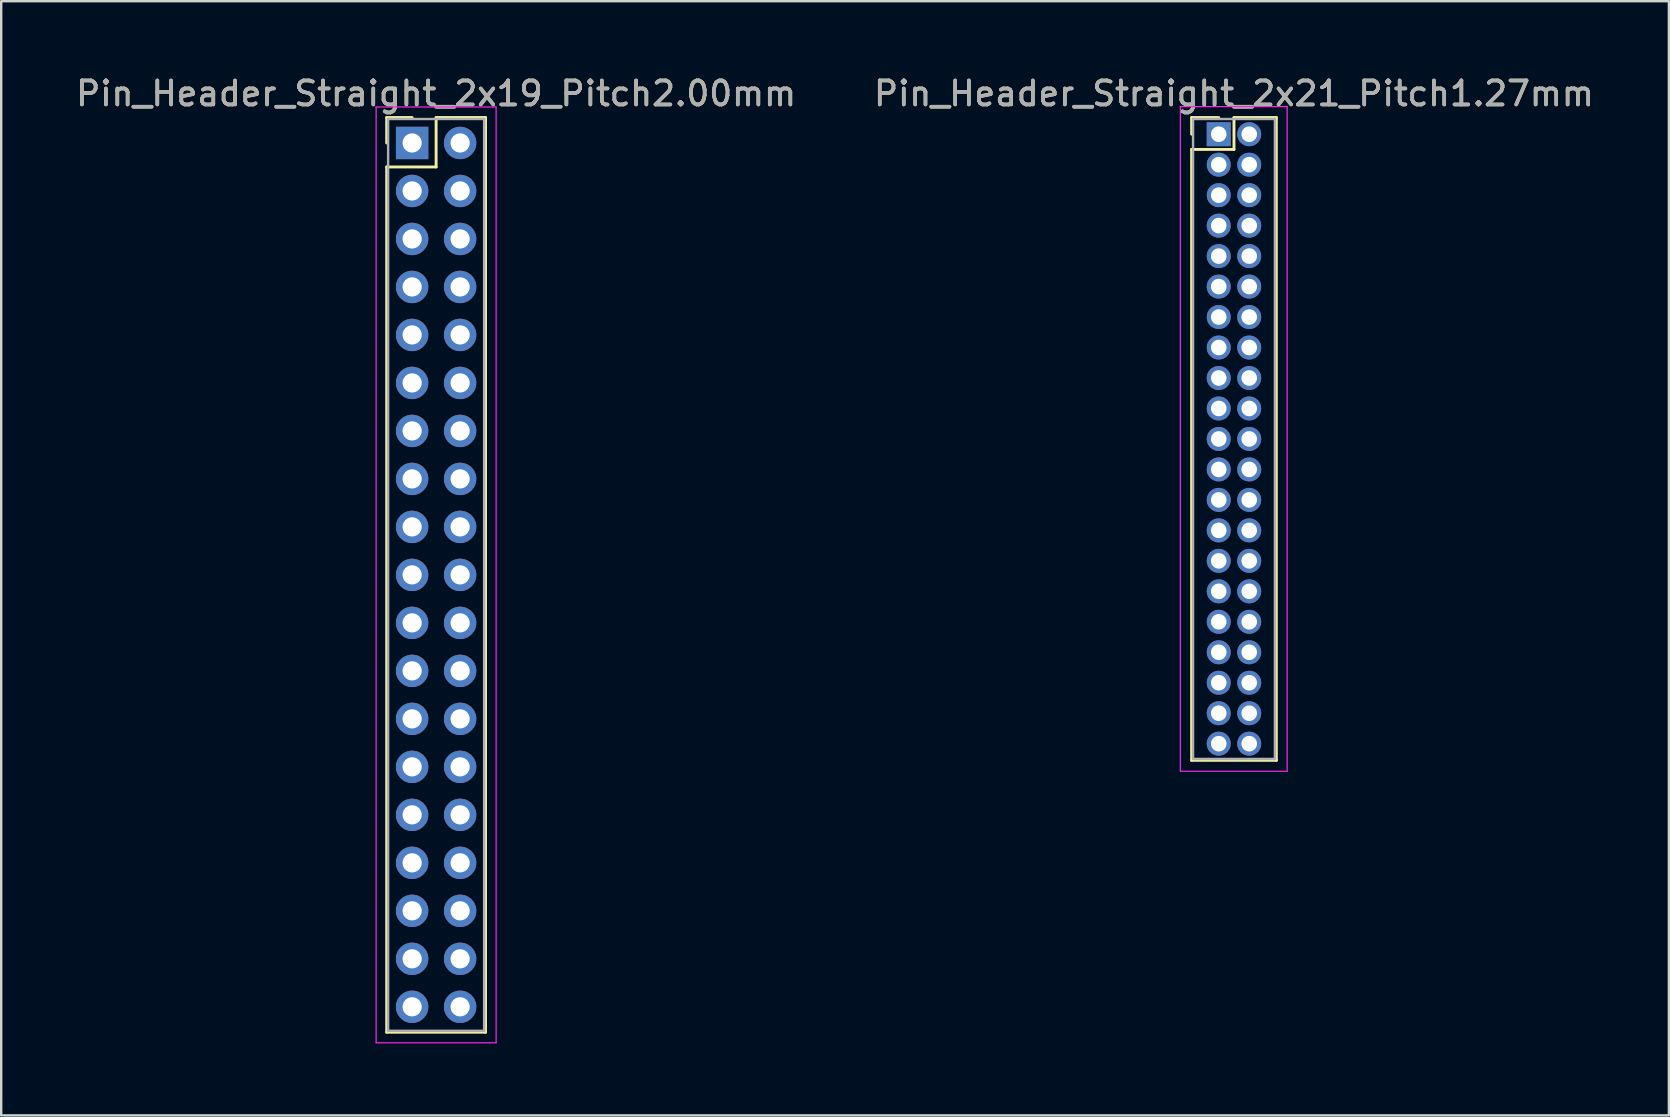
<source format=kicad_pcb>
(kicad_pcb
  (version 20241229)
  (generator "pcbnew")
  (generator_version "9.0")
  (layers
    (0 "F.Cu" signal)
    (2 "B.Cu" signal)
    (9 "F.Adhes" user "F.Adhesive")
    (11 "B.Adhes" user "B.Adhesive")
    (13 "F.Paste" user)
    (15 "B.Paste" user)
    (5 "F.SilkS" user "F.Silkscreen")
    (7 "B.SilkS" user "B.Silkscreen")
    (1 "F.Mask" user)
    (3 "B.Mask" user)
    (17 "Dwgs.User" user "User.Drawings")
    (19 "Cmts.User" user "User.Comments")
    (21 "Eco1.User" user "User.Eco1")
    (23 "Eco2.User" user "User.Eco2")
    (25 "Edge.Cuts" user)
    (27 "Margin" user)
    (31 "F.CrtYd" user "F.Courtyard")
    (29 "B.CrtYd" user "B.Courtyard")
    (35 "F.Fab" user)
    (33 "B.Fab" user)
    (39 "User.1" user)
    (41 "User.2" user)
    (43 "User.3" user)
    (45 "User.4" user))
  (footprint "Pin_Header_Straight_2x19_Pitch2.00mm"
    (layer "F.Cu")
    (at 14.125 2.908)
    (property "Reference" "Pin_Header_Straight_2x19_Pitch2.00mm" (at 1 -2.06 0) (layer "F.SilkS") (effects (font (size 1 1) (thickness 0.15))))
    (attr through_hole)
    (fp_line (start -1.06 -1.06) (end 0 -1.06) (stroke (width 0.12) (type solid)) (layer "F.SilkS"))
    (fp_line (start -1.06 0) (end -1.06 -1.06) (stroke (width 0.12) (type solid)) (layer "F.SilkS"))
    (fp_line (start -1.06 1) (end -1.06 37.06) (stroke (width 0.12) (type solid)) (layer "F.SilkS"))
    (fp_line (start -1.06 37.06) (end 3.06 37.06) (stroke (width 0.12) (type solid)) (layer "F.SilkS"))
    (fp_line (start 1 -1.06) (end 1 1) (stroke (width 0.12) (type solid)) (layer "F.SilkS"))
    (fp_line (start 1 1) (end -1.06 1) (stroke (width 0.12) (type solid)) (layer "F.SilkS"))
    (fp_line (start 3.06 -1.06) (end 1 -1.06) (stroke (width 0.12) (type solid)) (layer "F.SilkS"))
    (fp_line (start 3.06 37.06) (end 3.06 -1.06) (stroke (width 0.12) (type solid)) (layer "F.SilkS"))
    (fp_line (start -1.5 -1.5) (end -1.5 37.5) (stroke (width 0.05) (type solid)) (layer "F.CrtYd"))
    (fp_line (start -1.5 37.5) (end 3.5 37.5) (stroke (width 0.05) (type solid)) (layer "F.CrtYd"))
    (fp_line (start 3.5 -1.5) (end -1.5 -1.5) (stroke (width 0.05) (type solid)) (layer "F.CrtYd"))
    (fp_line (start 3.5 37.5) (end 3.5 -1.5) (stroke (width 0.05) (type solid)) (layer "F.CrtYd"))
    (fp_line (start -1 -1) (end -1 37) (stroke (width 0.1) (type solid)) (layer "F.Fab"))
    (fp_line (start -1 37) (end 3 37) (stroke (width 0.1) (type solid)) (layer "F.Fab"))
    (fp_line (start 3 -1) (end -1 -1) (stroke (width 0.1) (type solid)) (layer "F.Fab"))
    (fp_line (start 3 37) (end 3 -1) (stroke (width 0.1) (type solid)) (layer "F.Fab"))
    (fp_text user "${REFERENCE}" (at 1 -2.06 0) (layer "F.Fab") (effects (font (size 1 1) (thickness 0.15))))
    (pad "1" thru_hole rect (at 0 0) (size 1.35 1.35) (drill 0.8) (layers "*.Cu" "*.Mask"))
    (pad "2" thru_hole oval (at 2 0) (size 1.35 1.35) (drill 0.8) (layers "*.Cu" "*.Mask"))
    (pad "3" thru_hole oval (at 0 2) (size 1.35 1.35) (drill 0.8) (layers "*.Cu" "*.Mask"))
    (pad "4" thru_hole oval (at 2 2) (size 1.35 1.35) (drill 0.8) (layers "*.Cu" "*.Mask"))
    (pad "5" thru_hole oval (at 0 4) (size 1.35 1.35) (drill 0.8) (layers "*.Cu" "*.Mask"))
    (pad "6" thru_hole oval (at 2 4) (size 1.35 1.35) (drill 0.8) (layers "*.Cu" "*.Mask"))
    (pad "7" thru_hole oval (at 0 6) (size 1.35 1.35) (drill 0.8) (layers "*.Cu" "*.Mask"))
    (pad "8" thru_hole oval (at 2 6) (size 1.35 1.35) (drill 0.8) (layers "*.Cu" "*.Mask"))
    (pad "9" thru_hole oval (at 0 8) (size 1.35 1.35) (drill 0.8) (layers "*.Cu" "*.Mask"))
    (pad "10" thru_hole oval (at 2 8) (size 1.35 1.35) (drill 0.8) (layers "*.Cu" "*.Mask"))
    (pad "11" thru_hole oval (at 0 10) (size 1.35 1.35) (drill 0.8) (layers "*.Cu" "*.Mask"))
    (pad "12" thru_hole oval (at 2 10) (size 1.35 1.35) (drill 0.8) (layers "*.Cu" "*.Mask"))
    (pad "13" thru_hole oval (at 0 12) (size 1.35 1.35) (drill 0.8) (layers "*.Cu" "*.Mask"))
    (pad "14" thru_hole oval (at 2 12) (size 1.35 1.35) (drill 0.8) (layers "*.Cu" "*.Mask"))
    (pad "15" thru_hole oval (at 0 14) (size 1.35 1.35) (drill 0.8) (layers "*.Cu" "*.Mask"))
    (pad "16" thru_hole oval (at 2 14) (size 1.35 1.35) (drill 0.8) (layers "*.Cu" "*.Mask"))
    (pad "17" thru_hole oval (at 0 16) (size 1.35 1.35) (drill 0.8) (layers "*.Cu" "*.Mask"))
    (pad "18" thru_hole oval (at 2 16) (size 1.35 1.35) (drill 0.8) (layers "*.Cu" "*.Mask"))
    (pad "19" thru_hole oval (at 0 18) (size 1.35 1.35) (drill 0.8) (layers "*.Cu" "*.Mask"))
    (pad "20" thru_hole oval (at 2 18) (size 1.35 1.35) (drill 0.8) (layers "*.Cu" "*.Mask"))
    (pad "21" thru_hole oval (at 0 20) (size 1.35 1.35) (drill 0.8) (layers "*.Cu" "*.Mask"))
    (pad "22" thru_hole oval (at 2 20) (size 1.35 1.35) (drill 0.8) (layers "*.Cu" "*.Mask"))
    (pad "23" thru_hole oval (at 0 22) (size 1.35 1.35) (drill 0.8) (layers "*.Cu" "*.Mask"))
    (pad "24" thru_hole oval (at 2 22) (size 1.35 1.35) (drill 0.8) (layers "*.Cu" "*.Mask"))
    (pad "25" thru_hole oval (at 0 24) (size 1.35 1.35) (drill 0.8) (layers "*.Cu" "*.Mask"))
    (pad "26" thru_hole oval (at 2 24) (size 1.35 1.35) (drill 0.8) (layers "*.Cu" "*.Mask"))
    (pad "27" thru_hole oval (at 0 26) (size 1.35 1.35) (drill 0.8) (layers "*.Cu" "*.Mask"))
    (pad "28" thru_hole oval (at 2 26) (size 1.35 1.35) (drill 0.8) (layers "*.Cu" "*.Mask"))
    (pad "29" thru_hole oval (at 0 28) (size 1.35 1.35) (drill 0.8) (layers "*.Cu" "*.Mask"))
    (pad "30" thru_hole oval (at 2 28) (size 1.35 1.35) (drill 0.8) (layers "*.Cu" "*.Mask"))
    (pad "31" thru_hole oval (at 0 30) (size 1.35 1.35) (drill 0.8) (layers "*.Cu" "*.Mask"))
    (pad "32" thru_hole oval (at 2 30) (size 1.35 1.35) (drill 0.8) (layers "*.Cu" "*.Mask"))
    (pad "33" thru_hole oval (at 0 32) (size 1.35 1.35) (drill 0.8) (layers "*.Cu" "*.Mask"))
    (pad "34" thru_hole oval (at 2 32) (size 1.35 1.35) (drill 0.8) (layers "*.Cu" "*.Mask"))
    (pad "35" thru_hole oval (at 0 34) (size 1.35 1.35) (drill 0.8) (layers "*.Cu" "*.Mask"))
    (pad "36" thru_hole oval (at 2 34) (size 1.35 1.35) (drill 0.8) (layers "*.Cu" "*.Mask"))
    (pad "37" thru_hole oval (at 0 36) (size 1.35 1.35) (drill 0.8) (layers "*.Cu" "*.Mask"))
    (pad "38" thru_hole oval (at 2 36) (size 1.35 1.35) (drill 0.8) (layers "*.Cu" "*.Mask")))
  (footprint "Pin_Header_Straight_2x21_Pitch1.27mm"
    (layer "F.Cu")
    (at 47.74 2.543)
    (property "Reference" "Pin_Header_Straight_2x21_Pitch1.27mm" (at 0.635 -1.695 0) (layer "F.SilkS") (effects (font (size 1 1) (thickness 0.15))))
    (attr through_hole)
    (fp_line (start -1.13 -0.695) (end 0 -0.695) (stroke (width 0.12) (type solid)) (layer "F.SilkS"))
    (fp_line (start -1.13 0) (end -1.13 -0.695) (stroke (width 0.12) (type solid)) (layer "F.SilkS"))
    (fp_line (start -1.13 0.635) (end -1.13 26.095) (stroke (width 0.12) (type solid)) (layer "F.SilkS"))
    (fp_line (start -1.13 26.095) (end 2.4 26.095) (stroke (width 0.12) (type solid)) (layer "F.SilkS"))
    (fp_line (start 0.635 -0.695) (end 0.635 0.635) (stroke (width 0.12) (type solid)) (layer "F.SilkS"))
    (fp_line (start 0.635 0.635) (end -1.13 0.635) (stroke (width 0.12) (type solid)) (layer "F.SilkS"))
    (fp_line (start 2.4 -0.695) (end 0.635 -0.695) (stroke (width 0.12) (type solid)) (layer "F.SilkS"))
    (fp_line (start 2.4 26.095) (end 2.4 -0.695) (stroke (width 0.12) (type solid)) (layer "F.SilkS"))
    (fp_line (start -1.6 -1.15) (end -1.6 26.55) (stroke (width 0.05) (type solid)) (layer "F.CrtYd"))
    (fp_line (start -1.6 26.55) (end 2.85 26.55) (stroke (width 0.05) (type solid)) (layer "F.CrtYd"))
    (fp_line (start 2.85 -1.15) (end -1.6 -1.15) (stroke (width 0.05) (type solid)) (layer "F.CrtYd"))
    (fp_line (start 2.85 26.55) (end 2.85 -1.15) (stroke (width 0.05) (type solid)) (layer "F.CrtYd"))
    (fp_line (start -1.07 -0.635) (end -1.07 26.035) (stroke (width 0.1) (type solid)) (layer "F.Fab"))
    (fp_line (start -1.07 26.035) (end 2.34 26.035) (stroke (width 0.1) (type solid)) (layer "F.Fab"))
    (fp_line (start 2.34 -0.635) (end -1.07 -0.635) (stroke (width 0.1) (type solid)) (layer "F.Fab"))
    (fp_line (start 2.34 26.035) (end 2.34 -0.635) (stroke (width 0.1) (type solid)) (layer "F.Fab"))
    (fp_text user "${REFERENCE}" (at 0.635 -1.695 0) (layer "F.Fab") (effects (font (size 1 1) (thickness 0.15))))
    (pad "1" thru_hole rect (at 0 0) (size 1 1) (drill 0.65) (layers "*.Cu" "*.Mask"))
    (pad "2" thru_hole oval (at 1.27 0) (size 1 1) (drill 0.65) (layers "*.Cu" "*.Mask"))
    (pad "3" thru_hole oval (at 0 1.27) (size 1 1) (drill 0.65) (layers "*.Cu" "*.Mask"))
    (pad "4" thru_hole oval (at 1.27 1.27) (size 1 1) (drill 0.65) (layers "*.Cu" "*.Mask"))
    (pad "5" thru_hole oval (at 0 2.54) (size 1 1) (drill 0.65) (layers "*.Cu" "*.Mask"))
    (pad "6" thru_hole oval (at 1.27 2.54) (size 1 1) (drill 0.65) (layers "*.Cu" "*.Mask"))
    (pad "7" thru_hole oval (at 0 3.81) (size 1 1) (drill 0.65) (layers "*.Cu" "*.Mask"))
    (pad "8" thru_hole oval (at 1.27 3.81) (size 1 1) (drill 0.65) (layers "*.Cu" "*.Mask"))
    (pad "9" thru_hole oval (at 0 5.08) (size 1 1) (drill 0.65) (layers "*.Cu" "*.Mask"))
    (pad "10" thru_hole oval (at 1.27 5.08) (size 1 1) (drill 0.65) (layers "*.Cu" "*.Mask"))
    (pad "11" thru_hole oval (at 0 6.35) (size 1 1) (drill 0.65) (layers "*.Cu" "*.Mask"))
    (pad "12" thru_hole oval (at 1.27 6.35) (size 1 1) (drill 0.65) (layers "*.Cu" "*.Mask"))
    (pad "13" thru_hole oval (at 0 7.62) (size 1 1) (drill 0.65) (layers "*.Cu" "*.Mask"))
    (pad "14" thru_hole oval (at 1.27 7.62) (size 1 1) (drill 0.65) (layers "*.Cu" "*.Mask"))
    (pad "15" thru_hole oval (at 0 8.89) (size 1 1) (drill 0.65) (layers "*.Cu" "*.Mask"))
    (pad "16" thru_hole oval (at 1.27 8.89) (size 1 1) (drill 0.65) (layers "*.Cu" "*.Mask"))
    (pad "17" thru_hole oval (at 0 10.16) (size 1 1) (drill 0.65) (layers "*.Cu" "*.Mask"))
    (pad "18" thru_hole oval (at 1.27 10.16) (size 1 1) (drill 0.65) (layers "*.Cu" "*.Mask"))
    (pad "19" thru_hole oval (at 0 11.43) (size 1 1) (drill 0.65) (layers "*.Cu" "*.Mask"))
    (pad "20" thru_hole oval (at 1.27 11.43) (size 1 1) (drill 0.65) (layers "*.Cu" "*.Mask"))
    (pad "21" thru_hole oval (at 0 12.7) (size 1 1) (drill 0.65) (layers "*.Cu" "*.Mask"))
    (pad "22" thru_hole oval (at 1.27 12.7) (size 1 1) (drill 0.65) (layers "*.Cu" "*.Mask"))
    (pad "23" thru_hole oval (at 0 13.97) (size 1 1) (drill 0.65) (layers "*.Cu" "*.Mask"))
    (pad "24" thru_hole oval (at 1.27 13.97) (size 1 1) (drill 0.65) (layers "*.Cu" "*.Mask"))
    (pad "25" thru_hole oval (at 0 15.24) (size 1 1) (drill 0.65) (layers "*.Cu" "*.Mask"))
    (pad "26" thru_hole oval (at 1.27 15.24) (size 1 1) (drill 0.65) (layers "*.Cu" "*.Mask"))
    (pad "27" thru_hole oval (at 0 16.51) (size 1 1) (drill 0.65) (layers "*.Cu" "*.Mask"))
    (pad "28" thru_hole oval (at 1.27 16.51) (size 1 1) (drill 0.65) (layers "*.Cu" "*.Mask"))
    (pad "29" thru_hole oval (at 0 17.78) (size 1 1) (drill 0.65) (layers "*.Cu" "*.Mask"))
    (pad "30" thru_hole oval (at 1.27 17.78) (size 1 1) (drill 0.65) (layers "*.Cu" "*.Mask"))
    (pad "31" thru_hole oval (at 0 19.05) (size 1 1) (drill 0.65) (layers "*.Cu" "*.Mask"))
    (pad "32" thru_hole oval (at 1.27 19.05) (size 1 1) (drill 0.65) (layers "*.Cu" "*.Mask"))
    (pad "33" thru_hole oval (at 0 20.32) (size 1 1) (drill 0.65) (layers "*.Cu" "*.Mask"))
    (pad "34" thru_hole oval (at 1.27 20.32) (size 1 1) (drill 0.65) (layers "*.Cu" "*.Mask"))
    (pad "35" thru_hole oval (at 0 21.59) (size 1 1) (drill 0.65) (layers "*.Cu" "*.Mask"))
    (pad "36" thru_hole oval (at 1.27 21.59) (size 1 1) (drill 0.65) (layers "*.Cu" "*.Mask"))
    (pad "37" thru_hole oval (at 0 22.86) (size 1 1) (drill 0.65) (layers "*.Cu" "*.Mask"))
    (pad "38" thru_hole oval (at 1.27 22.86) (size 1 1) (drill 0.65) (layers "*.Cu" "*.Mask"))
    (pad "39" thru_hole oval (at 0 24.13) (size 1 1) (drill 0.65) (layers "*.Cu" "*.Mask"))
    (pad "40" thru_hole oval (at 1.27 24.13) (size 1 1) (drill 0.65) (layers "*.Cu" "*.Mask"))
    (pad "41" thru_hole oval (at 0 25.4) (size 1 1) (drill 0.65) (layers "*.Cu" "*.Mask"))
    (pad "42" thru_hole oval (at 1.27 25.4) (size 1 1) (drill 0.65) (layers "*.Cu" "*.Mask")))
  (gr_rect
    (start -3 -3)
    (end 66.5 43.433)
    (stroke (width 0.1) (type default))
    (fill no)
    (layer "Edge.Cuts")))
</source>
